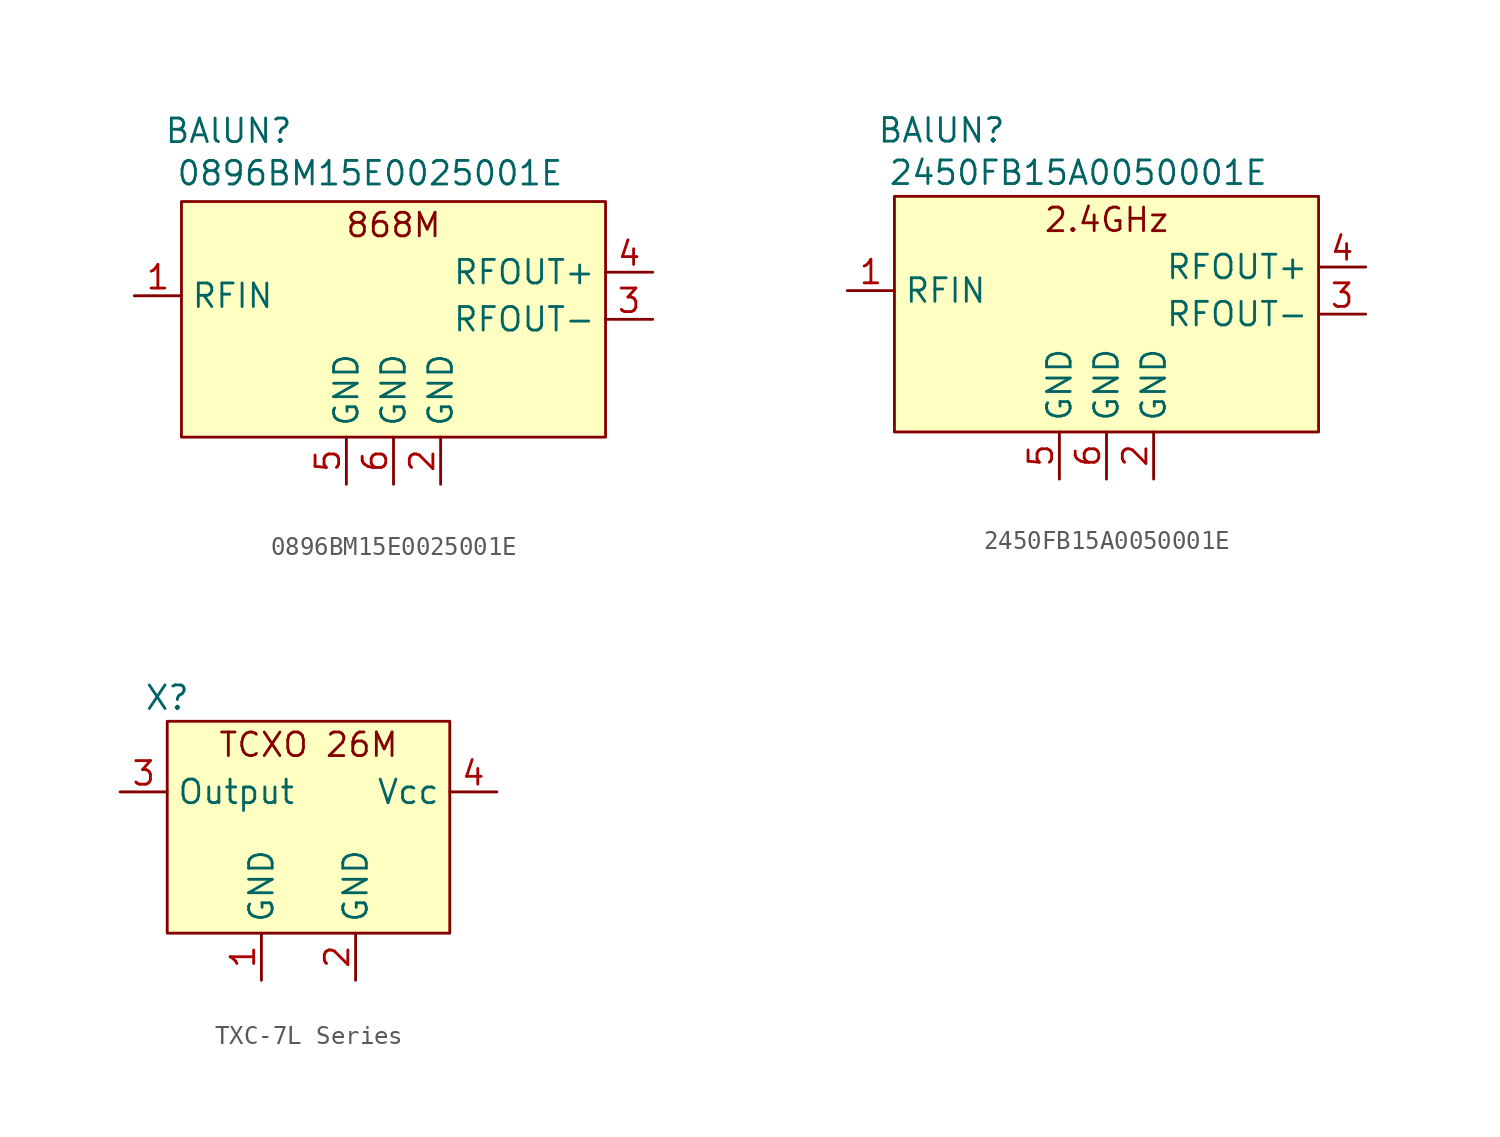
<source format=kicad_sym>
(kicad_symbol_lib
  (version 20231120)
  (generator "kicad_symbol_editor")
  (generator_version "8.0")
  (symbol "0896BM15E0025001E"
    (property "Reference" "BAlUN"
      (at -8.89 3.81 0)
      (effects (font (size 1.27 1.27))))
    (property "Value" "0896BM15E0025001E"
      (at -1.27 1.524 0)
      (effects (font (size 1.27 1.27))))
    (symbol "0896BM15E0025001E_0_0"
      (pin passive line (at 2.54 -15.24 90) (length 2.54) (name "GND" (effects (font (size 1.27 1.27)))) (number "2" (effects (font (size 1.27 1.27)))))
      (pin passive line (at -2.54 -15.24 90) (length 2.54) (name "GND" (effects (font (size 1.27 1.27)))) (number "5" (effects (font (size 1.27 1.27)))))
      (pin passive line (at 0 -15.24 90) (length 2.54) (name "GND" (effects (font (size 1.27 1.27)))) (number "6" (effects (font (size 1.27 1.27))))))
    (symbol "0896BM15E0025001E_1_0"
      (pin passive line (at -13.97 -5.08 0) (length 2.54) (name "RFIN" (effects (font (size 1.27 1.27)))) (number "1" (effects (font (size 1.27 1.27)))))
      (pin passive line (at 13.97 -6.35 180) (length 2.54) (name "RFOUT-" (effects (font (size 1.27 1.27)))) (number "3" (effects (font (size 1.27 1.27)))))
      (pin passive line (at 13.97 -3.81 180) (length 2.54) (name "RFOUT+" (effects (font (size 1.27 1.27)))) (number "4" (effects (font (size 1.27 1.27))))))
    (symbol "0896BM15E0025001E_1_1"
      (rectangle (start -11.43 0) (end 11.43 -12.7) (stroke (width 0) (type default)) (fill (type background)))
      (text "868M\n" (at 0 -1.27 0) (effects (font (size 1.27 1.27))))))
  (symbol "2450FB15A0050001E"
    (property "Reference" "BAlUN"
      (at -8.89 3.556 0)
      (effects (font (size 1.27 1.27))))
    (property "Value" "2450FB15A0050001E"
      (at -1.524 1.27 0)
      (effects (font (size 1.27 1.27))))
    (symbol "2450FB15A0050001E_0_0"
      (pin passive line (at 2.54 -15.24 90) (length 2.54) (name "GND" (effects (font (size 1.27 1.27)))) (number "2" (effects (font (size 1.27 1.27)))))
      (pin passive line (at -2.54 -15.24 90) (length 2.54) (name "GND" (effects (font (size 1.27 1.27)))) (number "5" (effects (font (size 1.27 1.27)))))
      (pin passive line (at 0 -15.24 90) (length 2.54) (name "GND" (effects (font (size 1.27 1.27)))) (number "6" (effects (font (size 1.27 1.27))))))
    (symbol "2450FB15A0050001E_1_0"
      (pin passive line (at -13.97 -5.08 0) (length 2.54) (name "RFIN" (effects (font (size 1.27 1.27)))) (number "1" (effects (font (size 1.27 1.27)))))
      (pin passive line (at 13.97 -6.35 180) (length 2.54) (name "RFOUT-" (effects (font (size 1.27 1.27)))) (number "3" (effects (font (size 1.27 1.27)))))
      (pin passive line (at 13.97 -3.81 180) (length 2.54) (name "RFOUT+" (effects (font (size 1.27 1.27)))) (number "4" (effects (font (size 1.27 1.27))))))
    (symbol "2450FB15A0050001E_1_1"
      (rectangle (start -11.43 0) (end 11.43 -12.7) (stroke (width 0) (type default)) (fill (type background)))
      (text "2.4GHz\n" (at 0 -1.27 0) (effects (font (size 1.27 1.27))))))
  (symbol "TXC-7L Series"
    (property "Reference" "X"
      (at -7.62 5.08 0)
      (effects (font (size 1.27 1.27))))
    (symbol "TXC-7L Series_0_0"
      (pin passive line (at 2.54 -10.16 90) (length 2.54) (name "GND" (effects (font (size 1.27 1.27)))) (number "2" (effects (font (size 1.27 1.27))))))
    (symbol "TXC-7L Series_1_0"
      (pin passive line (at -2.54 -10.16 90) (length 2.54) (name "GND" (effects (font (size 1.27 1.27)))) (number "1" (effects (font (size 1.27 1.27)))))
      (pin passive line (at -10.16 0 0) (length 2.54) (name "Output" (effects (font (size 1.27 1.27)))) (number "3" (effects (font (size 1.27 1.27)))))
      (pin passive line (at 10.16 0 180) (length 2.54) (name "Vcc" (effects (font (size 1.27 1.27)))) (number "4" (effects (font (size 1.27 1.27))))))
    (symbol "TXC-7L Series_1_1"
      (rectangle (start -7.62 3.81) (end 7.62 -7.62) (stroke (width 0) (type default)) (fill (type background)))
      (text "TCXO 26M\n" (at 0 2.54 0) (effects (font (size 1.27 1.27)))))))
</source>
